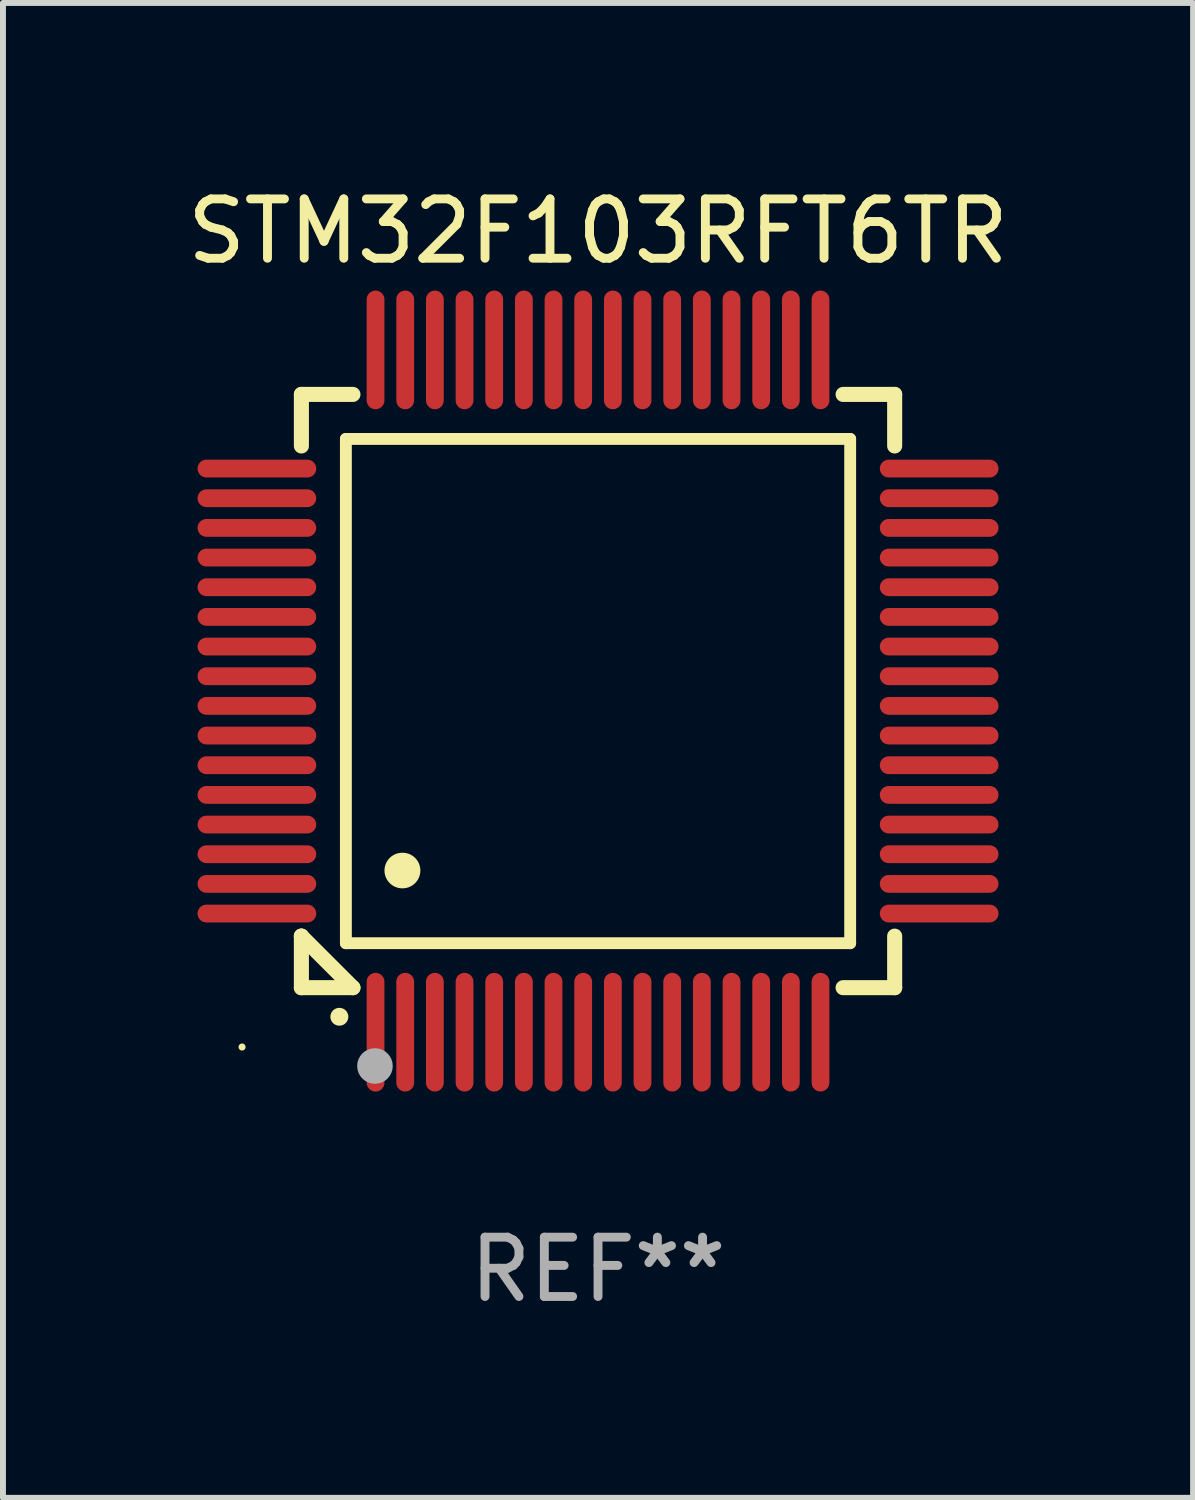
<source format=kicad_pcb>
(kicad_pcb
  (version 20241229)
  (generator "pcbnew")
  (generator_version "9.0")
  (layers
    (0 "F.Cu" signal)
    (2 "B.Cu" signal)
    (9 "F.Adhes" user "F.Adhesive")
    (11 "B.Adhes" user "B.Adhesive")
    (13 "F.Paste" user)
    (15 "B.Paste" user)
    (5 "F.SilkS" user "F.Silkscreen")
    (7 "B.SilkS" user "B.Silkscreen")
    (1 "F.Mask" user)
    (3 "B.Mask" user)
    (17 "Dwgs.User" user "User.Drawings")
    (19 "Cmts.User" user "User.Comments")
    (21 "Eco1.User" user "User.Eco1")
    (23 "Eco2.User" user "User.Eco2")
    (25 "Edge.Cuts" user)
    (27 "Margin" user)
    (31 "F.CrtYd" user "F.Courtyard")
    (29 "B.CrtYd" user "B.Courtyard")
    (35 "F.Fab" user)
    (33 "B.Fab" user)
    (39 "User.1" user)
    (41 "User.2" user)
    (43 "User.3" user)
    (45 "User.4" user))
  (footprint "STM32F103RFT6TR"
    (layer "F.Cu")
    (at 7.03 8.598)
    (property "Reference" "STM32F103RFT6TR" (at 0 -7.75 0) (layer "F.SilkS") (effects (font (size 1 1) (thickness 0.15))))
    (attr through_hole)
    (fp_line (start -5 -5) (end -4.131 -5) (stroke (width 0.254) (type solid)) (layer "F.SilkS"))
    (fp_line (start -5 -4.131) (end -5 -5) (stroke (width 0.254) (type solid)) (layer "F.SilkS"))
    (fp_line (start -5 4.131) (end -5 4.131) (stroke (width 0.254) (type solid)) (layer "F.SilkS"))
    (fp_line (start -5 5) (end -5 4.131) (stroke (width 0.254) (type solid)) (layer "F.SilkS"))
    (fp_line (start -5 4.131) (end -4.131 5) (stroke (width 0.254) (type solid)) (layer "F.SilkS"))
    (fp_line (start -4.25 -4.25) (end -4.25 4.25) (stroke (width 0.2) (type solid)) (layer "F.SilkS"))
    (fp_line (start -4.25 4.25) (end 4.25 4.25) (stroke (width 0.2) (type solid)) (layer "F.SilkS"))
    (fp_line (start -4.131 5) (end -5 5) (stroke (width 0.254) (type solid)) (layer "F.SilkS"))
    (fp_line (start 4.25 -4.25) (end -4.25 -4.25) (stroke (width 0.2) (type solid)) (layer "F.SilkS"))
    (fp_line (start 4.25 4.25) (end 4.25 -4.25) (stroke (width 0.2) (type solid)) (layer "F.SilkS"))
    (fp_line (start 5 -5) (end 4.131 -5) (stroke (width 0.254) (type solid)) (layer "F.SilkS"))
    (fp_line (start 5 -5) (end 5 -4.131) (stroke (width 0.254) (type solid)) (layer "F.SilkS"))
    (fp_line (start 5 4.131) (end 5 5) (stroke (width 0.254) (type solid)) (layer "F.SilkS"))
    (fp_line (start 5 5) (end 4.131 5) (stroke (width 0.254) (type solid)) (layer "F.SilkS"))
    (fp_arc (start -4.361265 5.489992) (mid -4.359995 5.489987) (end -4.358725 5.489992) (stroke (width 0.3) (type solid)) (layer "F.SilkS"))
    (fp_arc (start -3.299467 3.025146) (mid -3.296927 3.025135) (end -3.294387 3.025146) (stroke (width 0.6) (type solid)) (layer "F.SilkS"))
    (fp_circle (center -6 6) (end -5.97 6) (stroke (width 0.06) (type solid)) (fill no) (layer "F.SilkS"))
    (fp_circle (center -3.76 6.32) (end -3.61 6.32) (stroke (width 0.3) (type solid)) (fill no) (layer "F.Fab"))
    (fp_text user "REF**" (at 0 9.75 0) (layer "F.Fab") (effects (font (size 1 1) (thickness 0.15))))
    (pad "1" smd oval (at -3.75 5.75) (size 0.3 2) (layers "F.Cu" "F.Mask" "F.Paste"))
    (pad "2" smd oval (at -3.25 5.75) (size 0.3 2) (layers "F.Cu" "F.Mask" "F.Paste"))
    (pad "3" smd oval (at -2.75 5.75) (size 0.3 2) (layers "F.Cu" "F.Mask" "F.Paste"))
    (pad "4" smd oval (at -2.25 5.75) (size 0.3 2) (layers "F.Cu" "F.Mask" "F.Paste"))
    (pad "5" smd oval (at -1.75 5.75) (size 0.3 2) (layers "F.Cu" "F.Mask" "F.Paste"))
    (pad "6" smd oval (at -1.25 5.75) (size 0.3 2) (layers "F.Cu" "F.Mask" "F.Paste"))
    (pad "7" smd oval (at -0.75 5.75) (size 0.3 2) (layers "F.Cu" "F.Mask" "F.Paste"))
    (pad "8" smd oval (at -0.25 5.75) (size 0.3 2) (layers "F.Cu" "F.Mask" "F.Paste"))
    (pad "9" smd oval (at 0.25 5.75) (size 0.3 2) (layers "F.Cu" "F.Mask" "F.Paste"))
    (pad "10" smd oval (at 0.75 5.75) (size 0.3 2) (layers "F.Cu" "F.Mask" "F.Paste"))
    (pad "11" smd oval (at 1.25 5.75) (size 0.3 2) (layers "F.Cu" "F.Mask" "F.Paste"))
    (pad "12" smd oval (at 1.75 5.75) (size 0.3 2) (layers "F.Cu" "F.Mask" "F.Paste"))
    (pad "13" smd oval (at 2.25 5.75) (size 0.3 2) (layers "F.Cu" "F.Mask" "F.Paste"))
    (pad "14" smd oval (at 2.75 5.75) (size 0.3 2) (layers "F.Cu" "F.Mask" "F.Paste"))
    (pad "15" smd oval (at 3.25 5.75) (size 0.3 2) (layers "F.Cu" "F.Mask" "F.Paste"))
    (pad "16" smd oval (at 3.75 5.75) (size 0.3 2) (layers "F.Cu" "F.Mask" "F.Paste"))
    (pad "17" smd oval (at 5.75 3.75) (size 2 0.3) (layers "F.Cu" "F.Mask" "F.Paste"))
    (pad "18" smd oval (at 5.75 3.25) (size 2 0.3) (layers "F.Cu" "F.Mask" "F.Paste"))
    (pad "19" smd oval (at 5.75 2.75) (size 2 0.3) (layers "F.Cu" "F.Mask" "F.Paste"))
    (pad "20" smd oval (at 5.75 2.25) (size 2 0.3) (layers "F.Cu" "F.Mask" "F.Paste"))
    (pad "21" smd oval (at 5.75 1.75) (size 2 0.3) (layers "F.Cu" "F.Mask" "F.Paste"))
    (pad "22" smd oval (at 5.75 1.25) (size 2 0.3) (layers "F.Cu" "F.Mask" "F.Paste"))
    (pad "23" smd oval (at 5.75 0.75) (size 2 0.3) (layers "F.Cu" "F.Mask" "F.Paste"))
    (pad "24" smd oval (at 5.75 0.25) (size 2 0.3) (layers "F.Cu" "F.Mask" "F.Paste"))
    (pad "25" smd oval (at 5.75 -0.25) (size 2 0.3) (layers "F.Cu" "F.Mask" "F.Paste"))
    (pad "26" smd oval (at 5.75 -0.75) (size 2 0.3) (layers "F.Cu" "F.Mask" "F.Paste"))
    (pad "27" smd oval (at 5.75 -1.25) (size 2 0.3) (layers "F.Cu" "F.Mask" "F.Paste"))
    (pad "28" smd oval (at 5.75 -1.75) (size 2 0.3) (layers "F.Cu" "F.Mask" "F.Paste"))
    (pad "29" smd oval (at 5.75 -2.25) (size 2 0.3) (layers "F.Cu" "F.Mask" "F.Paste"))
    (pad "30" smd oval (at 5.75 -2.75) (size 2 0.3) (layers "F.Cu" "F.Mask" "F.Paste"))
    (pad "31" smd oval (at 5.75 -3.25) (size 2 0.3) (layers "F.Cu" "F.Mask" "F.Paste"))
    (pad "32" smd oval (at 5.75 -3.75) (size 2 0.3) (layers "F.Cu" "F.Mask" "F.Paste"))
    (pad "33" smd oval (at 3.75 -5.75) (size 0.3 2) (layers "F.Cu" "F.Mask" "F.Paste"))
    (pad "34" smd oval (at 3.25 -5.75) (size 0.3 2) (layers "F.Cu" "F.Mask" "F.Paste"))
    (pad "35" smd oval (at 2.75 -5.75) (size 0.3 2) (layers "F.Cu" "F.Mask" "F.Paste"))
    (pad "36" smd oval (at 2.25 -5.75) (size 0.3 2) (layers "F.Cu" "F.Mask" "F.Paste"))
    (pad "37" smd oval (at 1.75 -5.75) (size 0.3 2) (layers "F.Cu" "F.Mask" "F.Paste"))
    (pad "38" smd oval (at 1.25 -5.75) (size 0.3 2) (layers "F.Cu" "F.Mask" "F.Paste"))
    (pad "39" smd oval (at 0.75 -5.75) (size 0.3 2) (layers "F.Cu" "F.Mask" "F.Paste"))
    (pad "40" smd oval (at 0.25 -5.75) (size 0.3 2) (layers "F.Cu" "F.Mask" "F.Paste"))
    (pad "41" smd oval (at -0.25 -5.75) (size 0.3 2) (layers "F.Cu" "F.Mask" "F.Paste"))
    (pad "42" smd oval (at -0.75 -5.75) (size 0.3 2) (layers "F.Cu" "F.Mask" "F.Paste"))
    (pad "43" smd oval (at -1.25 -5.75) (size 0.3 2) (layers "F.Cu" "F.Mask" "F.Paste"))
    (pad "44" smd oval (at -1.75 -5.75) (size 0.3 2) (layers "F.Cu" "F.Mask" "F.Paste"))
    (pad "45" smd oval (at -2.25 -5.75) (size 0.3 2) (layers "F.Cu" "F.Mask" "F.Paste"))
    (pad "46" smd oval (at -2.75 -5.75) (size 0.3 2) (layers "F.Cu" "F.Mask" "F.Paste"))
    (pad "47" smd oval (at -3.25 -5.75) (size 0.3 2) (layers "F.Cu" "F.Mask" "F.Paste"))
    (pad "48" smd oval (at -3.75 -5.75) (size 0.3 2) (layers "F.Cu" "F.Mask" "F.Paste"))
    (pad "49" smd oval (at -5.75 -3.75) (size 2 0.3) (layers "F.Cu" "F.Mask" "F.Paste"))
    (pad "50" smd oval (at -5.75 -3.25) (size 2 0.3) (layers "F.Cu" "F.Mask" "F.Paste"))
    (pad "51" smd oval (at -5.75 -2.75) (size 2 0.3) (layers "F.Cu" "F.Mask" "F.Paste"))
    (pad "52" smd oval (at -5.75 -2.25) (size 2 0.3) (layers "F.Cu" "F.Mask" "F.Paste"))
    (pad "53" smd oval (at -5.75 -1.75) (size 2 0.3) (layers "F.Cu" "F.Mask" "F.Paste"))
    (pad "54" smd oval (at -5.75 -1.25) (size 2 0.3) (layers "F.Cu" "F.Mask" "F.Paste"))
    (pad "55" smd oval (at -5.75 -0.75) (size 2 0.3) (layers "F.Cu" "F.Mask" "F.Paste"))
    (pad "56" smd oval (at -5.75 -0.25) (size 2 0.3) (layers "F.Cu" "F.Mask" "F.Paste"))
    (pad "57" smd oval (at -5.75 0.25) (size 2 0.3) (layers "F.Cu" "F.Mask" "F.Paste"))
    (pad "58" smd oval (at -5.75 0.75) (size 2 0.3) (layers "F.Cu" "F.Mask" "F.Paste"))
    (pad "59" smd oval (at -5.75 1.25) (size 2 0.3) (layers "F.Cu" "F.Mask" "F.Paste"))
    (pad "60" smd oval (at -5.75 1.75) (size 2 0.3) (layers "F.Cu" "F.Mask" "F.Paste"))
    (pad "61" smd oval (at -5.75 2.25) (size 2 0.3) (layers "F.Cu" "F.Mask" "F.Paste"))
    (pad "62" smd oval (at -5.75 2.75) (size 2 0.3) (layers "F.Cu" "F.Mask" "F.Paste"))
    (pad "63" smd oval (at -5.75 3.25) (size 2 0.3) (layers "F.Cu" "F.Mask" "F.Paste"))
    (pad "64" smd oval (at -5.75 3.75) (size 2 0.3) (layers "F.Cu" "F.Mask" "F.Paste")))
  (gr_rect
    (start -3 -3)
    (end 17.06 22.196)
    (stroke (width 0.1) (type default))
    (fill no)
    (layer "Edge.Cuts")))
</source>
